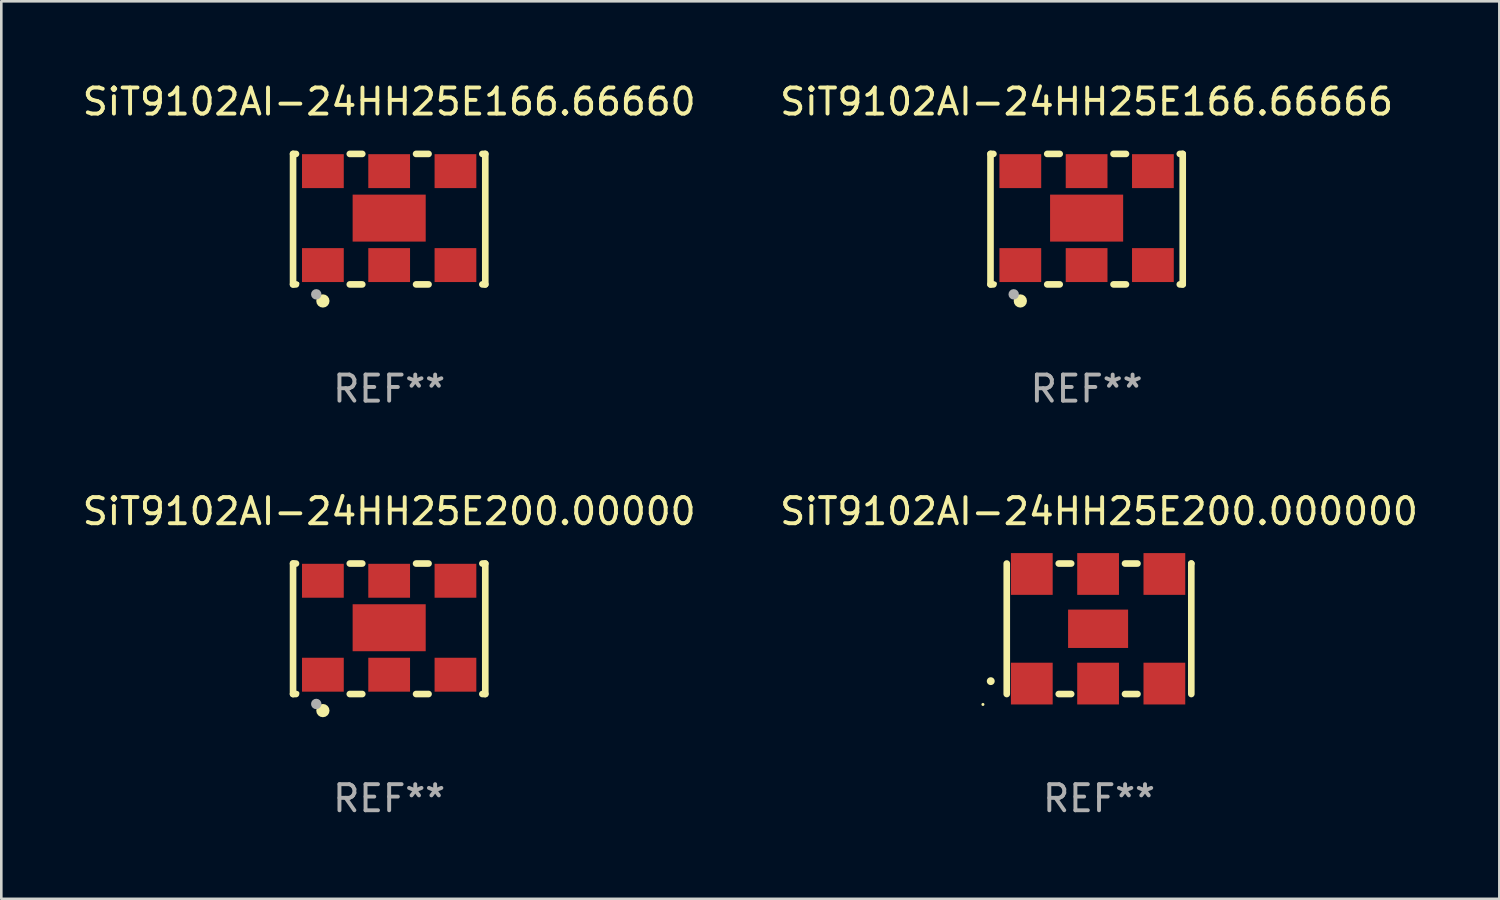
<source format=kicad_pcb>
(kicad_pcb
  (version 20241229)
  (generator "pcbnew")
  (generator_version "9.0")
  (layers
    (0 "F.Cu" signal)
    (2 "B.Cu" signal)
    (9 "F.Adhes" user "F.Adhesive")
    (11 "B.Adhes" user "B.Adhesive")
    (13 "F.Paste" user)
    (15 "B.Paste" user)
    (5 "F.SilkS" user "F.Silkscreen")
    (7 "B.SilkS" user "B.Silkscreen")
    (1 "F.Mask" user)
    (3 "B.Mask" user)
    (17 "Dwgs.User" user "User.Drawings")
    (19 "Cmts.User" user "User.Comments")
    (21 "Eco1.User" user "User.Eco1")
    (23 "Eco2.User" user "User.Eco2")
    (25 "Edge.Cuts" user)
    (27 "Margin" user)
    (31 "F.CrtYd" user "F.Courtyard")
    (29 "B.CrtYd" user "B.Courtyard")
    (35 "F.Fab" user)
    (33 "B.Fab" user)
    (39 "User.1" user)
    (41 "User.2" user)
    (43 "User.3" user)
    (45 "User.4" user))
  (footprint "SiT9102AI-24HH25E200.00000"
    (layer "F.Cu")
    (at 11.863 21.045)
    (property "Reference" "SiT9102AI-24HH25E200.00000" (at 0 -4.5 0) (layer "F.SilkS") (effects (font (size 1 1) (thickness 0.15))))
    (attr through_hole)
    (fp_line (start -3.683 -2.5) (end -3.571 -2.5) (stroke (width 0.254) (type solid)) (layer "F.SilkS"))
    (fp_line (start -3.683 2.5) (end -3.683 -2.5) (stroke (width 0.254) (type solid)) (layer "F.SilkS"))
    (fp_line (start -3.683 2.5) (end -3.571 2.5) (stroke (width 0.254) (type solid)) (layer "F.SilkS"))
    (fp_line (start -1.509 -2.5) (end -1.031 -2.5) (stroke (width 0.254) (type solid)) (layer "F.SilkS"))
    (fp_line (start -1.509 2.5) (end -1.031 2.5) (stroke (width 0.254) (type solid)) (layer "F.SilkS"))
    (fp_line (start 1.031 -2.5) (end 1.509 -2.5) (stroke (width 0.254) (type solid)) (layer "F.SilkS"))
    (fp_line (start 1.031 2.5) (end 1.509 2.5) (stroke (width 0.254) (type solid)) (layer "F.SilkS"))
    (fp_line (start 3.571 -2.5) (end 3.683 -2.5) (stroke (width 0.254) (type solid)) (layer "F.SilkS"))
    (fp_line (start 3.571 2.5) (end 3.683 2.5) (stroke (width 0.254) (type solid)) (layer "F.SilkS"))
    (fp_line (start 3.683 2.5) (end 3.683 -2.5) (stroke (width 0.254) (type solid)) (layer "F.SilkS"))
    (fp_circle (center -3.5 2.46) (end -3.47 2.46) (stroke (width 0.06) (type solid)) (fill no) (layer "F.SilkS"))
    (fp_circle (center -2.54 3.135) (end -2.413 3.135) (stroke (width 0.254) (type solid)) (fill no) (layer "F.SilkS"))
    (fp_circle (center -2.794 2.881) (end -2.694 2.881) (stroke (width 0.2) (type solid)) (fill no) (layer "F.Fab"))
    (fp_text user "REF**" (at 0 6.5 0) (layer "F.Fab") (effects (font (size 1 1) (thickness 0.15))))
    (pad "1" smd rect (at -2.54 1.76) (size 1.6 1.3) (layers "F.Cu" "F.Mask" "F.Paste"))
    (pad "2" smd rect (at 0 1.76) (size 1.6 1.3) (layers "F.Cu" "F.Mask" "F.Paste"))
    (pad "3" smd rect (at 2.54 1.76) (size 1.6 1.3) (layers "F.Cu" "F.Mask" "F.Paste"))
    (pad "4" smd rect (at 2.54 -1.84) (size 1.6 1.3) (layers "F.Cu" "F.Mask" "F.Paste"))
    (pad "5" smd rect (at 0 -1.84) (size 1.6 1.3) (layers "F.Cu" "F.Mask" "F.Paste"))
    (pad "6" smd rect (at -2.54 -1.84) (size 1.6 1.3) (layers "F.Cu" "F.Mask" "F.Paste"))
    (pad "7" smd rect (at 0 -0.04) (size 2.8 1.8) (layers "F.Cu" "F.Mask" "F.Paste")))
  (footprint "SiT9102AI-24HH25E166.66660"
    (layer "F.Cu")
    (at 11.863 5.348)
    (property "Reference" "SiT9102AI-24HH25E166.66660" (at 0 -4.5 0) (layer "F.SilkS") (effects (font (size 1 1) (thickness 0.15))))
    (attr through_hole)
    (fp_line (start -3.683 -2.5) (end -3.571 -2.5) (stroke (width 0.254) (type solid)) (layer "F.SilkS"))
    (fp_line (start -3.683 2.5) (end -3.683 -2.5) (stroke (width 0.254) (type solid)) (layer "F.SilkS"))
    (fp_line (start -3.683 2.5) (end -3.571 2.5) (stroke (width 0.254) (type solid)) (layer "F.SilkS"))
    (fp_line (start -1.509 -2.5) (end -1.031 -2.5) (stroke (width 0.254) (type solid)) (layer "F.SilkS"))
    (fp_line (start -1.509 2.5) (end -1.031 2.5) (stroke (width 0.254) (type solid)) (layer "F.SilkS"))
    (fp_line (start 1.031 -2.5) (end 1.509 -2.5) (stroke (width 0.254) (type solid)) (layer "F.SilkS"))
    (fp_line (start 1.031 2.5) (end 1.509 2.5) (stroke (width 0.254) (type solid)) (layer "F.SilkS"))
    (fp_line (start 3.571 -2.5) (end 3.683 -2.5) (stroke (width 0.254) (type solid)) (layer "F.SilkS"))
    (fp_line (start 3.571 2.5) (end 3.683 2.5) (stroke (width 0.254) (type solid)) (layer "F.SilkS"))
    (fp_line (start 3.683 2.5) (end 3.683 -2.5) (stroke (width 0.254) (type solid)) (layer "F.SilkS"))
    (fp_circle (center -3.5 2.46) (end -3.47 2.46) (stroke (width 0.06) (type solid)) (fill no) (layer "F.SilkS"))
    (fp_circle (center -2.54 3.135) (end -2.413 3.135) (stroke (width 0.254) (type solid)) (fill no) (layer "F.SilkS"))
    (fp_circle (center -2.794 2.881) (end -2.694 2.881) (stroke (width 0.2) (type solid)) (fill no) (layer "F.Fab"))
    (fp_text user "REF**" (at 0 6.5 0) (layer "F.Fab") (effects (font (size 1 1) (thickness 0.15))))
    (pad "1" smd rect (at -2.54 1.76) (size 1.6 1.3) (layers "F.Cu" "F.Mask" "F.Paste"))
    (pad "2" smd rect (at 0 1.76) (size 1.6 1.3) (layers "F.Cu" "F.Mask" "F.Paste"))
    (pad "3" smd rect (at 2.54 1.76) (size 1.6 1.3) (layers "F.Cu" "F.Mask" "F.Paste"))
    (pad "4" smd rect (at 2.54 -1.84) (size 1.6 1.3) (layers "F.Cu" "F.Mask" "F.Paste"))
    (pad "5" smd rect (at 0 -1.84) (size 1.6 1.3) (layers "F.Cu" "F.Mask" "F.Paste"))
    (pad "6" smd rect (at -2.54 -1.84) (size 1.6 1.3) (layers "F.Cu" "F.Mask" "F.Paste"))
    (pad "7" smd rect (at 0 -0.04) (size 2.8 1.8) (layers "F.Cu" "F.Mask" "F.Paste")))
  (footprint "SiT9102AI-24HH25E166.66666"
    (layer "F.Cu")
    (at 38.589 5.348)
    (property "Reference" "SiT9102AI-24HH25E166.66666" (at 0 -4.5 0) (layer "F.SilkS") (effects (font (size 1 1) (thickness 0.15))))
    (attr through_hole)
    (fp_line (start -3.683 -2.5) (end -3.571 -2.5) (stroke (width 0.254) (type solid)) (layer "F.SilkS"))
    (fp_line (start -3.683 2.5) (end -3.683 -2.5) (stroke (width 0.254) (type solid)) (layer "F.SilkS"))
    (fp_line (start -3.683 2.5) (end -3.571 2.5) (stroke (width 0.254) (type solid)) (layer "F.SilkS"))
    (fp_line (start -1.509 -2.5) (end -1.031 -2.5) (stroke (width 0.254) (type solid)) (layer "F.SilkS"))
    (fp_line (start -1.509 2.5) (end -1.031 2.5) (stroke (width 0.254) (type solid)) (layer "F.SilkS"))
    (fp_line (start 1.031 -2.5) (end 1.509 -2.5) (stroke (width 0.254) (type solid)) (layer "F.SilkS"))
    (fp_line (start 1.031 2.5) (end 1.509 2.5) (stroke (width 0.254) (type solid)) (layer "F.SilkS"))
    (fp_line (start 3.571 -2.5) (end 3.683 -2.5) (stroke (width 0.254) (type solid)) (layer "F.SilkS"))
    (fp_line (start 3.571 2.5) (end 3.683 2.5) (stroke (width 0.254) (type solid)) (layer "F.SilkS"))
    (fp_line (start 3.683 2.5) (end 3.683 -2.5) (stroke (width 0.254) (type solid)) (layer "F.SilkS"))
    (fp_circle (center -3.5 2.46) (end -3.47 2.46) (stroke (width 0.06) (type solid)) (fill no) (layer "F.SilkS"))
    (fp_circle (center -2.54 3.135) (end -2.413 3.135) (stroke (width 0.254) (type solid)) (fill no) (layer "F.SilkS"))
    (fp_circle (center -2.794 2.881) (end -2.694 2.881) (stroke (width 0.2) (type solid)) (fill no) (layer "F.Fab"))
    (fp_text user "REF**" (at 0 6.5 0) (layer "F.Fab") (effects (font (size 1 1) (thickness 0.15))))
    (pad "1" smd rect (at -2.54 1.76) (size 1.6 1.3) (layers "F.Cu" "F.Mask" "F.Paste"))
    (pad "2" smd rect (at 0 1.76) (size 1.6 1.3) (layers "F.Cu" "F.Mask" "F.Paste"))
    (pad "3" smd rect (at 2.54 1.76) (size 1.6 1.3) (layers "F.Cu" "F.Mask" "F.Paste"))
    (pad "4" smd rect (at 2.54 -1.84) (size 1.6 1.3) (layers "F.Cu" "F.Mask" "F.Paste"))
    (pad "5" smd rect (at 0 -1.84) (size 1.6 1.3) (layers "F.Cu" "F.Mask" "F.Paste"))
    (pad "6" smd rect (at -2.54 -1.84) (size 1.6 1.3) (layers "F.Cu" "F.Mask" "F.Paste"))
    (pad "7" smd rect (at 0 -0.04) (size 2.8 1.8) (layers "F.Cu" "F.Mask" "F.Paste")))
  (footprint "SiT9102AI-24HH25E200.000000"
    (layer "F.Cu")
    (at 39.065 21.045)
    (property "Reference" "SiT9102AI-24HH25E200.000000" (at 0 -4.5 0) (layer "F.SilkS") (effects (font (size 1 1) (thickness 0.15))))
    (attr through_hole)
    (fp_line (start -3.536 -2.5) (end -3.536 2.5) (stroke (width 0.254) (type solid)) (layer "F.SilkS"))
    (fp_line (start -1.544 2.5) (end -1.067 2.5) (stroke (width 0.254) (type solid)) (layer "F.SilkS"))
    (fp_line (start -1.067 -2.5) (end -1.544 -2.5) (stroke (width 0.254) (type solid)) (layer "F.SilkS"))
    (fp_line (start 0.996 2.5) (end 1.473 2.5) (stroke (width 0.254) (type solid)) (layer "F.SilkS"))
    (fp_line (start 1.473 -2.5) (end 0.996 -2.5) (stroke (width 0.254) (type solid)) (layer "F.SilkS"))
    (fp_line (start 3.536 -2.5) (end 3.536 -2.5) (stroke (width 0.254) (type solid)) (layer "F.SilkS"))
    (fp_line (start 3.536 2.5) (end 3.536 -2.5) (stroke (width 0.254) (type solid)) (layer "F.SilkS"))
    (fp_arc (start -4.150432 2.006604) (mid -4.149162 2.006599) (end -4.147892 2.006604) (stroke (width 0.3) (type solid)) (layer "F.SilkS"))
    (fp_circle (center -4.449 2.9) (end -4.419 2.9) (stroke (width 0.06) (type solid)) (fill no) (layer "F.SilkS"))
    (fp_text user "REF**" (at 0 6.5 0) (layer "F.Fab") (effects (font (size 1 1) (thickness 0.15))))
    (pad "1" smd rect (at -2.576 2.1) (size 1.6 1.6) (layers "F.Cu" "F.Mask" "F.Paste"))
    (pad "2" smd rect (at -0.036 2.1) (size 1.6 1.6) (layers "F.Cu" "F.Mask" "F.Paste"))
    (pad "3" smd rect (at 2.504 2.1) (size 1.6 1.6) (layers "F.Cu" "F.Mask" "F.Paste"))
    (pad "4" smd rect (at 2.504 -2.1) (size 1.6 1.6) (layers "F.Cu" "F.Mask" "F.Paste"))
    (pad "5" smd rect (at -0.036 -2.1) (size 1.6 1.6) (layers "F.Cu" "F.Mask" "F.Paste"))
    (pad "6" smd rect (at -2.576 -2.1) (size 1.6 1.6) (layers "F.Cu" "F.Mask" "F.Paste"))
    (pad "7" smd rect (at -0.036 0) (size 2.3 1.47) (layers "F.Cu" "F.Mask" "F.Paste")))
  (gr_rect
    (start -3 -3)
    (end 54.405 31.393)
    (stroke (width 0.1) (type default))
    (fill no)
    (layer "Edge.Cuts")))
</source>
